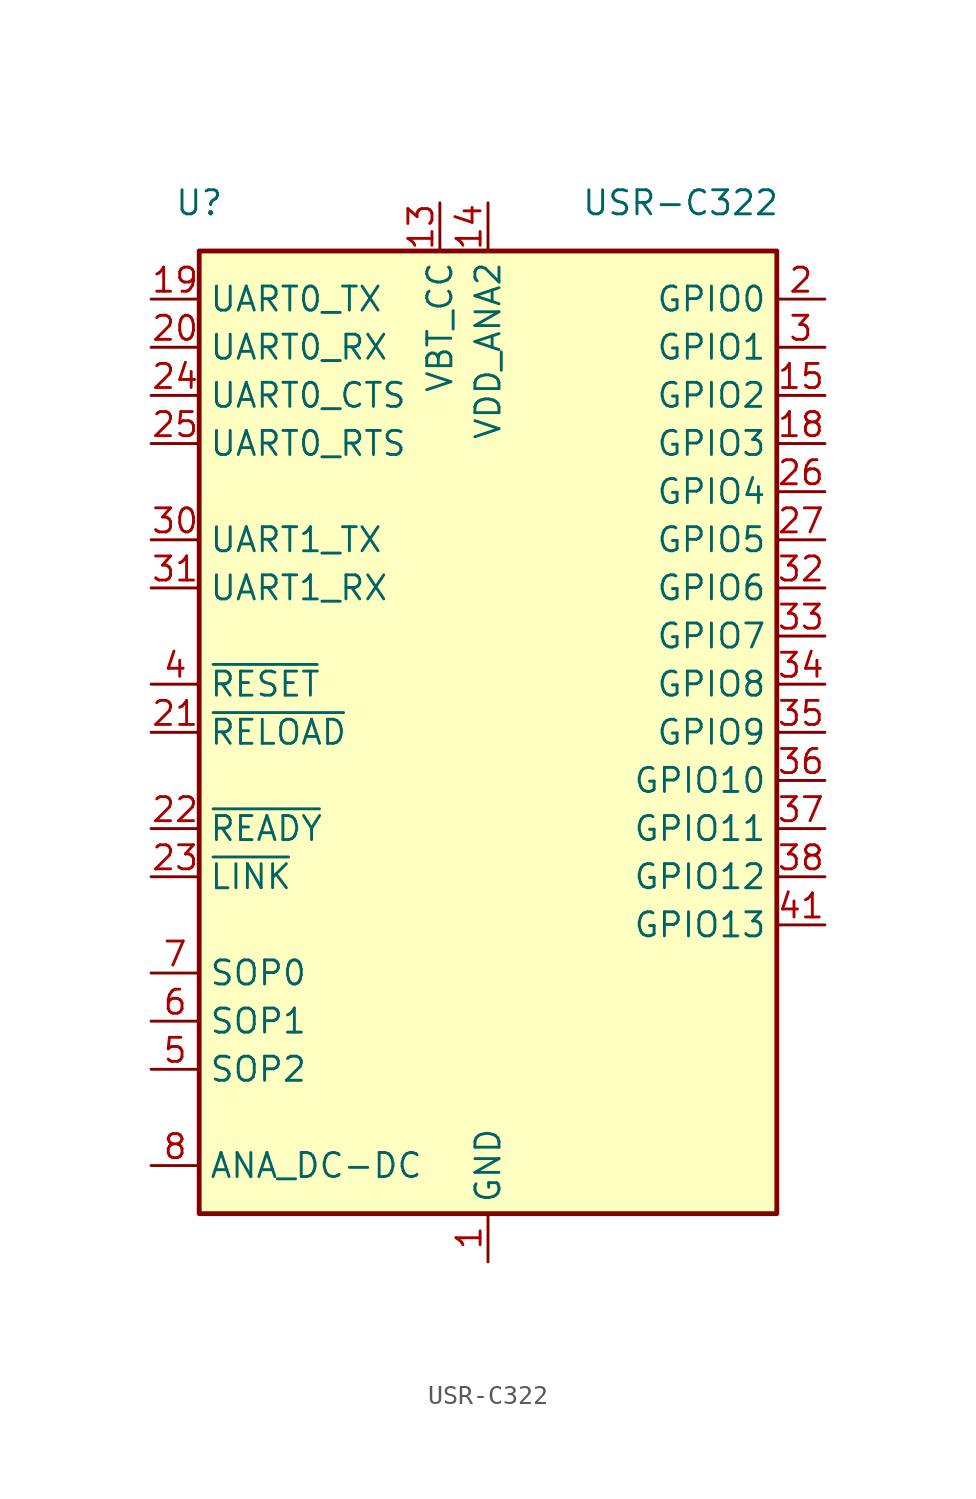
<source format=kicad_sym>
(kicad_symbol_lib
  (version 20201005)
  (generator kicad_symbol_editor)
  (symbol "USR-C322"
    (property "Reference" "U"
      (at -15.24 27.94 0)
      (effects (font (size 1.27 1.27))))
    (property "Value" "USR-C322"
      (at 10.16 27.94 0)
      (effects (font (size 1.27 1.27))))
    (symbol "USR-C322_1_1"
      (rectangle (start -15.24 25.4) (end 15.24 -25.4) (stroke (width 0.254)) (fill (type background)))
      (pin power_in line (at 0 -27.94 90) (length 2.54) (name "GND" (effects (font (size 1.27 1.27)))) (number "1" (effects (font (size 1.27 1.27)))))
      (pin no_connect line (at 15.24 -15.24 180) (length 2.54) hide (name "NC" (effects (font (size 1.27 1.27)))) (number "10" (effects (font (size 1.27 1.27)))))
      (pin passive line (at 0 -27.94 90) (length 2.54) hide (name "GND" (effects (font (size 1.27 1.27)))) (number "11" (effects (font (size 1.27 1.27)))))
      (pin passive line (at 0 -27.94 90) (length 2.54) hide (name "GND" (effects (font (size 1.27 1.27)))) (number "12" (effects (font (size 1.27 1.27)))))
      (pin power_in line (at -2.54 27.94 270) (length 2.54) (name "VBT_CC" (effects (font (size 1.27 1.27)))) (number "13" (effects (font (size 1.27 1.27)))))
      (pin power_in line (at 0 27.94 270) (length 2.54) (name "VDD_ANA2" (effects (font (size 1.27 1.27)))) (number "14" (effects (font (size 1.27 1.27)))))
      (pin bidirectional line (at 17.78 17.78 180) (length 2.54) (name "GPIO2" (effects (font (size 1.27 1.27)))) (number "15" (effects (font (size 1.27 1.27)))))
      (pin no_connect line (at 15.24 -17.78 180) (length 2.54) hide (name "NC" (effects (font (size 1.27 1.27)))) (number "16" (effects (font (size 1.27 1.27)))))
      (pin passive line (at 0 -27.94 90) (length 2.54) hide (name "GND" (effects (font (size 1.27 1.27)))) (number "17" (effects (font (size 1.27 1.27)))))
      (pin bidirectional line (at 17.78 15.24 180) (length 2.54) (name "GPIO3" (effects (font (size 1.27 1.27)))) (number "18" (effects (font (size 1.27 1.27)))))
      (pin output line (at -17.78 22.86 0) (length 2.54) (name "UART0_TX" (effects (font (size 1.27 1.27)))) (number "19" (effects (font (size 1.27 1.27)))))
      (pin bidirectional line (at 17.78 22.86 180) (length 2.54) (name "GPIO0" (effects (font (size 1.27 1.27)))) (number "2" (effects (font (size 1.27 1.27)))))
      (pin input line (at -17.78 20.32 0) (length 2.54) (name "UART0_RX" (effects (font (size 1.27 1.27)))) (number "20" (effects (font (size 1.27 1.27)))))
      (pin input line (at -17.78 0 0) (length 2.54) (name "~RELOAD" (effects (font (size 1.27 1.27)))) (number "21" (effects (font (size 1.27 1.27)))))
      (pin open_collector line (at -17.78 -5.08 0) (length 2.54) (name "~READY" (effects (font (size 1.27 1.27)))) (number "22" (effects (font (size 1.27 1.27)))))
      (pin open_collector line (at -17.78 -7.62 0) (length 2.54) (name "~LINK" (effects (font (size 1.27 1.27)))) (number "23" (effects (font (size 1.27 1.27)))))
      (pin input line (at -17.78 17.78 0) (length 2.54) (name "UART0_CTS" (effects (font (size 1.27 1.27)))) (number "24" (effects (font (size 1.27 1.27)))))
      (pin output line (at -17.78 15.24 0) (length 2.54) (name "UART0_RTS" (effects (font (size 1.27 1.27)))) (number "25" (effects (font (size 1.27 1.27)))))
      (pin bidirectional line (at 17.78 12.7 180) (length 2.54) (name "GPIO4" (effects (font (size 1.27 1.27)))) (number "26" (effects (font (size 1.27 1.27)))))
      (pin bidirectional line (at 17.78 10.16 180) (length 2.54) (name "GPIO5" (effects (font (size 1.27 1.27)))) (number "27" (effects (font (size 1.27 1.27)))))
      (pin passive line (at 0 -27.94 90) (length 2.54) hide (name "GND" (effects (font (size 1.27 1.27)))) (number "28" (effects (font (size 1.27 1.27)))))
      (pin passive line (at 0 -27.94 90) (length 2.54) hide (name "GND" (effects (font (size 1.27 1.27)))) (number "29" (effects (font (size 1.27 1.27)))))
      (pin bidirectional line (at 17.78 20.32 180) (length 2.54) (name "GPIO1" (effects (font (size 1.27 1.27)))) (number "3" (effects (font (size 1.27 1.27)))))
      (pin output line (at -17.78 10.16 0) (length 2.54) (name "UART1_TX" (effects (font (size 1.27 1.27)))) (number "30" (effects (font (size 1.27 1.27)))))
      (pin input line (at -17.78 7.62 0) (length 2.54) (name "UART1_RX" (effects (font (size 1.27 1.27)))) (number "31" (effects (font (size 1.27 1.27)))))
      (pin bidirectional line (at 17.78 7.62 180) (length 2.54) (name "GPIO6" (effects (font (size 1.27 1.27)))) (number "32" (effects (font (size 1.27 1.27)))))
      (pin bidirectional line (at 17.78 5.08 180) (length 2.54) (name "GPIO7" (effects (font (size 1.27 1.27)))) (number "33" (effects (font (size 1.27 1.27)))))
      (pin bidirectional line (at 17.78 2.54 180) (length 2.54) (name "GPIO8" (effects (font (size 1.27 1.27)))) (number "34" (effects (font (size 1.27 1.27)))))
      (pin bidirectional line (at 17.78 0 180) (length 2.54) (name "GPIO9" (effects (font (size 1.27 1.27)))) (number "35" (effects (font (size 1.27 1.27)))))
      (pin bidirectional line (at 17.78 -2.54 180) (length 2.54) (name "GPIO10" (effects (font (size 1.27 1.27)))) (number "36" (effects (font (size 1.27 1.27)))))
      (pin bidirectional line (at 17.78 -5.08 180) (length 2.54) (name "GPIO11" (effects (font (size 1.27 1.27)))) (number "37" (effects (font (size 1.27 1.27)))))
      (pin bidirectional line (at 17.78 -7.62 180) (length 2.54) (name "GPIO12" (effects (font (size 1.27 1.27)))) (number "38" (effects (font (size 1.27 1.27)))))
      (pin no_connect line (at 15.24 -20.32 180) (length 2.54) hide (name "NC" (effects (font (size 1.27 1.27)))) (number "39" (effects (font (size 1.27 1.27)))))
      (pin input line (at -17.78 2.54 0) (length 2.54) (name "~RESET" (effects (font (size 1.27 1.27)))) (number "4" (effects (font (size 1.27 1.27)))))
      (pin no_connect line (at 15.24 -22.86 180) (length 2.54) hide (name "NC" (effects (font (size 1.27 1.27)))) (number "40" (effects (font (size 1.27 1.27)))))
      (pin bidirectional line (at 17.78 -10.16 180) (length 2.54) (name "GPIO13" (effects (font (size 1.27 1.27)))) (number "41" (effects (font (size 1.27 1.27)))))
      (pin no_connect line (at 7.62 -25.4 90) (length 2.54) hide (name "NC" (effects (font (size 1.27 1.27)))) (number "42" (effects (font (size 1.27 1.27)))))
      (pin no_connect line (at 5.08 -25.4 90) (length 2.54) hide (name "NC" (effects (font (size 1.27 1.27)))) (number "43" (effects (font (size 1.27 1.27)))))
      (pin passive line (at 0 -27.94 90) (length 2.54) hide (name "GND" (effects (font (size 1.27 1.27)))) (number "44" (effects (font (size 1.27 1.27)))))
      (pin passive line (at -17.78 -17.78 0) (length 2.54) (name "SOP2" (effects (font (size 1.27 1.27)))) (number "5" (effects (font (size 1.27 1.27)))))
      (pin passive line (at -17.78 -15.24 0) (length 2.54) (name "SOP1" (effects (font (size 1.27 1.27)))) (number "6" (effects (font (size 1.27 1.27)))))
      (pin passive line (at -17.78 -12.7 0) (length 2.54) (name "SOP0" (effects (font (size 1.27 1.27)))) (number "7" (effects (font (size 1.27 1.27)))))
      (pin passive line (at -17.78 -22.86 0) (length 2.54) (name "ANA_DC-DC" (effects (font (size 1.27 1.27)))) (number "8" (effects (font (size 1.27 1.27)))))
      (pin no_connect line (at 15.24 -12.7 180) (length 2.54) hide (name "NC" (effects (font (size 1.27 1.27)))) (number "9" (effects (font (size 1.27 1.27))))))))
</source>
